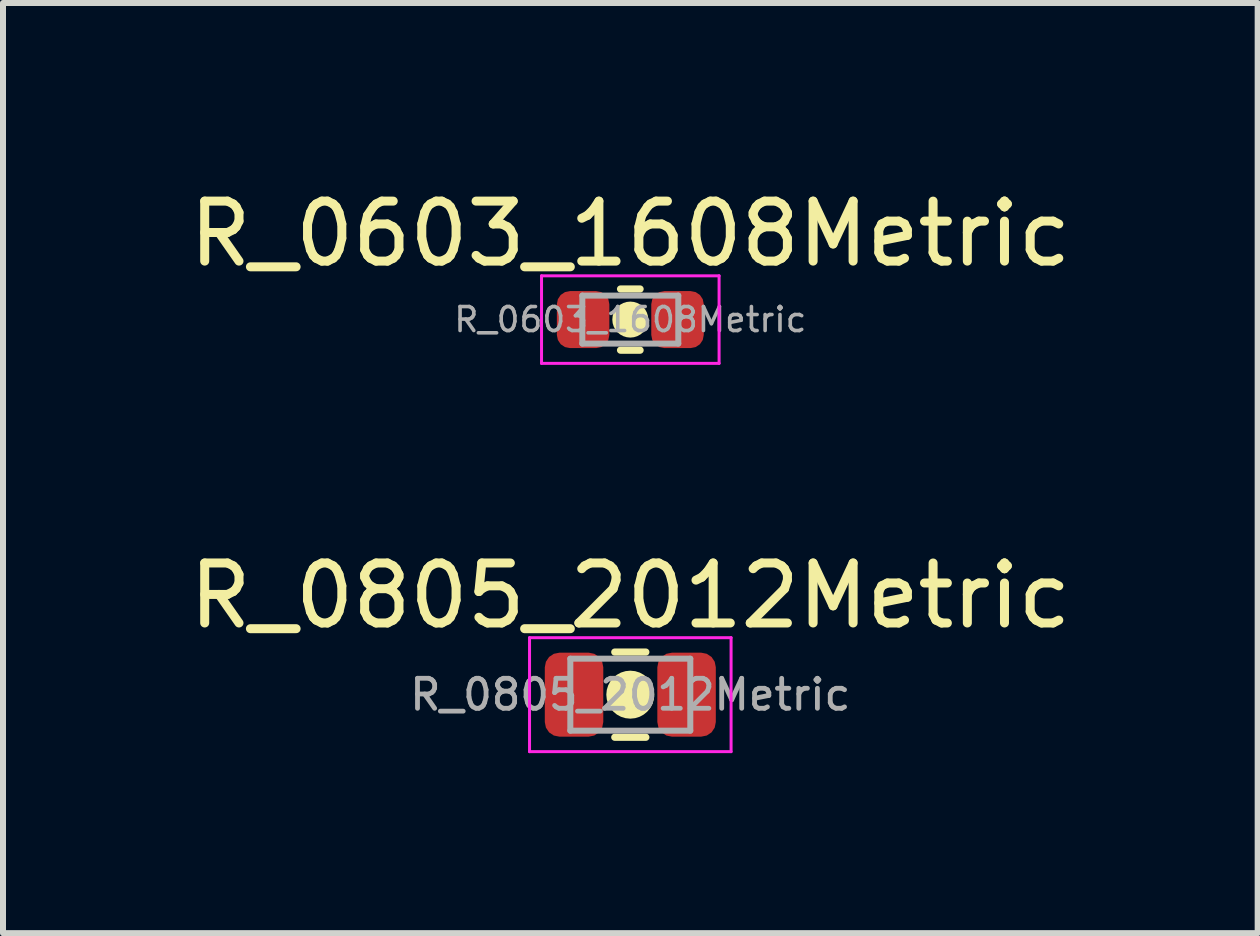
<source format=kicad_pcb>
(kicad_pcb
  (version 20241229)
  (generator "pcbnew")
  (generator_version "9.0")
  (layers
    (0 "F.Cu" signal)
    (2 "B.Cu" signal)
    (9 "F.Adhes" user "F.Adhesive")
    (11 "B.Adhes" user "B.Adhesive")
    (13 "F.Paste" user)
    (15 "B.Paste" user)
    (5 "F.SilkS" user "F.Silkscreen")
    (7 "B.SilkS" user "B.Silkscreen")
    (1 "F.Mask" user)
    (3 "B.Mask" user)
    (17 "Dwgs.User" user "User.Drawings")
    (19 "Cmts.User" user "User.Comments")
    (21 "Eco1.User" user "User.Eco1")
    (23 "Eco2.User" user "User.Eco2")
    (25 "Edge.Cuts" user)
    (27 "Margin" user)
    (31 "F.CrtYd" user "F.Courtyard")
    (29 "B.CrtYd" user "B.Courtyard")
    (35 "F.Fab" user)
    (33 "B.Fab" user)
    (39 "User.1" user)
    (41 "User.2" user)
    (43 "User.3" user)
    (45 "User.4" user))
  (footprint "R_0805_2012Metric"
    (layer "F.Cu")
    (at 7.458 8.531)
    (property "Reference" "R_0805_2012Metric" (at 0 -1.65 0) (layer "F.SilkS") (effects (font (size 1 1) (thickness 0.15))))
    (attr smd)
    (fp_line (start -0.259 -0.71) (end 0.259 -0.71) (stroke (width 0.12) (type solid)) (layer "F.SilkS"))
    (fp_line (start -0.259 0.71) (end 0.259 0.71) (stroke (width 0.12) (type solid)) (layer "F.SilkS"))
    (fp_circle (center 0 0) (end 0.2 0) (stroke (width 0.4) (type solid)) (fill no) (layer "F.SilkS"))
    (fp_line (start -1.68 -0.95) (end 1.68 -0.95) (stroke (width 0.05) (type solid)) (layer "F.CrtYd"))
    (fp_line (start -1.68 0.95) (end -1.68 -0.95) (stroke (width 0.05) (type solid)) (layer "F.CrtYd"))
    (fp_line (start 1.68 -0.95) (end 1.68 0.95) (stroke (width 0.05) (type solid)) (layer "F.CrtYd"))
    (fp_line (start 1.68 0.95) (end -1.68 0.95) (stroke (width 0.05) (type solid)) (layer "F.CrtYd"))
    (fp_line (start -1 -0.6) (end 1 -0.6) (stroke (width 0.1) (type solid)) (layer "F.Fab"))
    (fp_line (start -1 0.6) (end -1 -0.6) (stroke (width 0.1) (type solid)) (layer "F.Fab"))
    (fp_line (start 1 -0.6) (end 1 0.6) (stroke (width 0.1) (type solid)) (layer "F.Fab"))
    (fp_line (start 1 0.6) (end -1 0.6) (stroke (width 0.1) (type solid)) (layer "F.Fab"))
    (fp_text user "${REFERENCE}" (at 0 0 0) (layer "F.Fab") (effects (font (size 0.5 0.5) (thickness 0.08))))
    (pad "1" smd roundrect (at -0.938 0) (size 0.975 1.4) (layers "F.Cu" "F.Mask" "F.Paste") (roundrect_rratio 0.25))
    (pad "2" smd roundrect (at 0.938 0) (size 0.975 1.4) (layers "F.Cu" "F.Mask" "F.Paste") (roundrect_rratio 0.25)))
  (footprint "R_0603_1608Metric"
    (layer "F.Cu")
    (at 7.458 2.278)
    (property "Reference" "R_0603_1608Metric" (at 0 -1.43 0) (layer "F.SilkS") (effects (font (size 1 1) (thickness 0.15))))
    (attr smd)
    (fp_line (start -0.163 -0.51) (end 0.163 -0.51) (stroke (width 0.12) (type solid)) (layer "F.SilkS"))
    (fp_line (start -0.163 0.51) (end 0.163 0.51) (stroke (width 0.12) (type solid)) (layer "F.SilkS"))
    (fp_circle (center 0 0) (end 0.15 0) (stroke (width 0.3) (type solid)) (fill no) (layer "F.SilkS"))
    (fp_line (start -1.48 -0.73) (end 1.48 -0.73) (stroke (width 0.05) (type solid)) (layer "F.CrtYd"))
    (fp_line (start -1.48 0.73) (end -1.48 -0.73) (stroke (width 0.05) (type solid)) (layer "F.CrtYd"))
    (fp_line (start 1.48 -0.73) (end 1.48 0.73) (stroke (width 0.05) (type solid)) (layer "F.CrtYd"))
    (fp_line (start 1.48 0.73) (end -1.48 0.73) (stroke (width 0.05) (type solid)) (layer "F.CrtYd"))
    (fp_line (start -0.8 -0.4) (end 0.8 -0.4) (stroke (width 0.1) (type solid)) (layer "F.Fab"))
    (fp_line (start -0.8 0.4) (end -0.8 -0.4) (stroke (width 0.1) (type solid)) (layer "F.Fab"))
    (fp_line (start 0.8 -0.4) (end 0.8 0.4) (stroke (width 0.1) (type solid)) (layer "F.Fab"))
    (fp_line (start 0.8 0.4) (end -0.8 0.4) (stroke (width 0.1) (type solid)) (layer "F.Fab"))
    (fp_text user "${REFERENCE}" (at 0 0 0) (layer "F.Fab") (effects (font (size 0.4 0.4) (thickness 0.06))))
    (pad "1" smd roundrect (at -0.787 0) (size 0.875 0.95) (layers "F.Cu" "F.Mask" "F.Paste") (roundrect_rratio 0.25))
    (pad "2" smd roundrect (at 0.787 0) (size 0.875 0.95) (layers "F.Cu" "F.Mask" "F.Paste") (roundrect_rratio 0.25)))
  (gr_rect
    (start -3 -3)
    (end 17.917 12.507)
    (stroke (width 0.1) (type default))
    (fill no)
    (layer "Edge.Cuts")))
</source>
